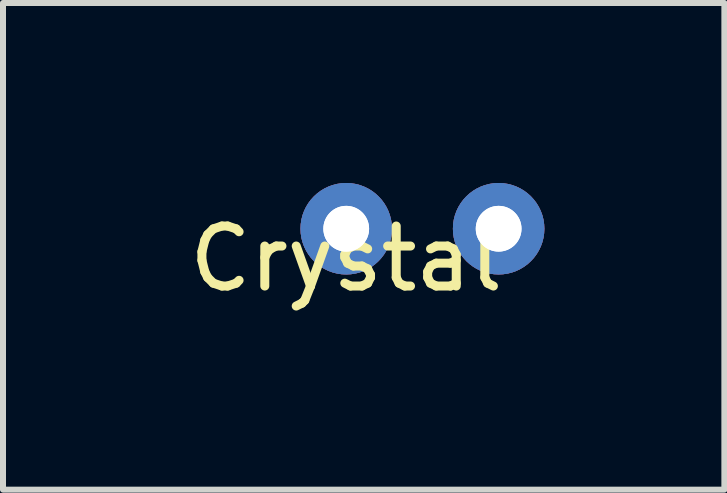
<source format=kicad_pcb>
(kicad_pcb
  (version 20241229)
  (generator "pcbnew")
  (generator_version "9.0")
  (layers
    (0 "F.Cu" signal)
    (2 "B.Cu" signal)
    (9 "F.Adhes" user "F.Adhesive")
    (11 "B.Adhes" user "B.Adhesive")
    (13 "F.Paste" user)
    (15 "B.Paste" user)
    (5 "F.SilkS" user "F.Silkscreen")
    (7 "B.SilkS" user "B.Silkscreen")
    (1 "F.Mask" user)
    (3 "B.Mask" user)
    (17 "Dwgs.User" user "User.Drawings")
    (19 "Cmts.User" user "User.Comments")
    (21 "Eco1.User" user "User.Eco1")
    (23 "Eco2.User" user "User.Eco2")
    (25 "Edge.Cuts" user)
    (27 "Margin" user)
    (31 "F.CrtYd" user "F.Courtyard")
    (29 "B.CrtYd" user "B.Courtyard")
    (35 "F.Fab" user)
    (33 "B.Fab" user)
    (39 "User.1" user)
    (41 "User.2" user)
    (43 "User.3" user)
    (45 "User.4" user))
  (footprint "Crystal"
    (layer "F.Cu")
    (at 2.72 0.762)
    (property "Reference" "Crystal" (at 0 0.5 0) (layer "F.SilkS") (effects (font (size 1 1) (thickness 0.15))))
    (attr through_hole)
    (pad "1" thru_hole circle (at 0 0) (size 1.524 1.524) (drill 0.762) (layers "*.Cu" "*.Mask"))
    (pad "2" thru_hole circle (at 0 0) (size 1.524 1.524) (drill 0.762) (layers "*.Cu" "*.Mask"))
    (pad "3" thru_hole circle (at 2.54 0) (size 1.524 1.524) (drill 0.762) (layers "*.Cu" "*.Mask"))
    (pad "4" thru_hole circle (at 2.54 0) (size 1.524 1.524) (drill 0.762) (layers "*.Cu" "*.Mask")))
  (gr_rect
    (start -3 -3)
    (end 9.022 5.11)
    (stroke (width 0.1) (type default))
    (fill no)
    (layer "Edge.Cuts")))
</source>
